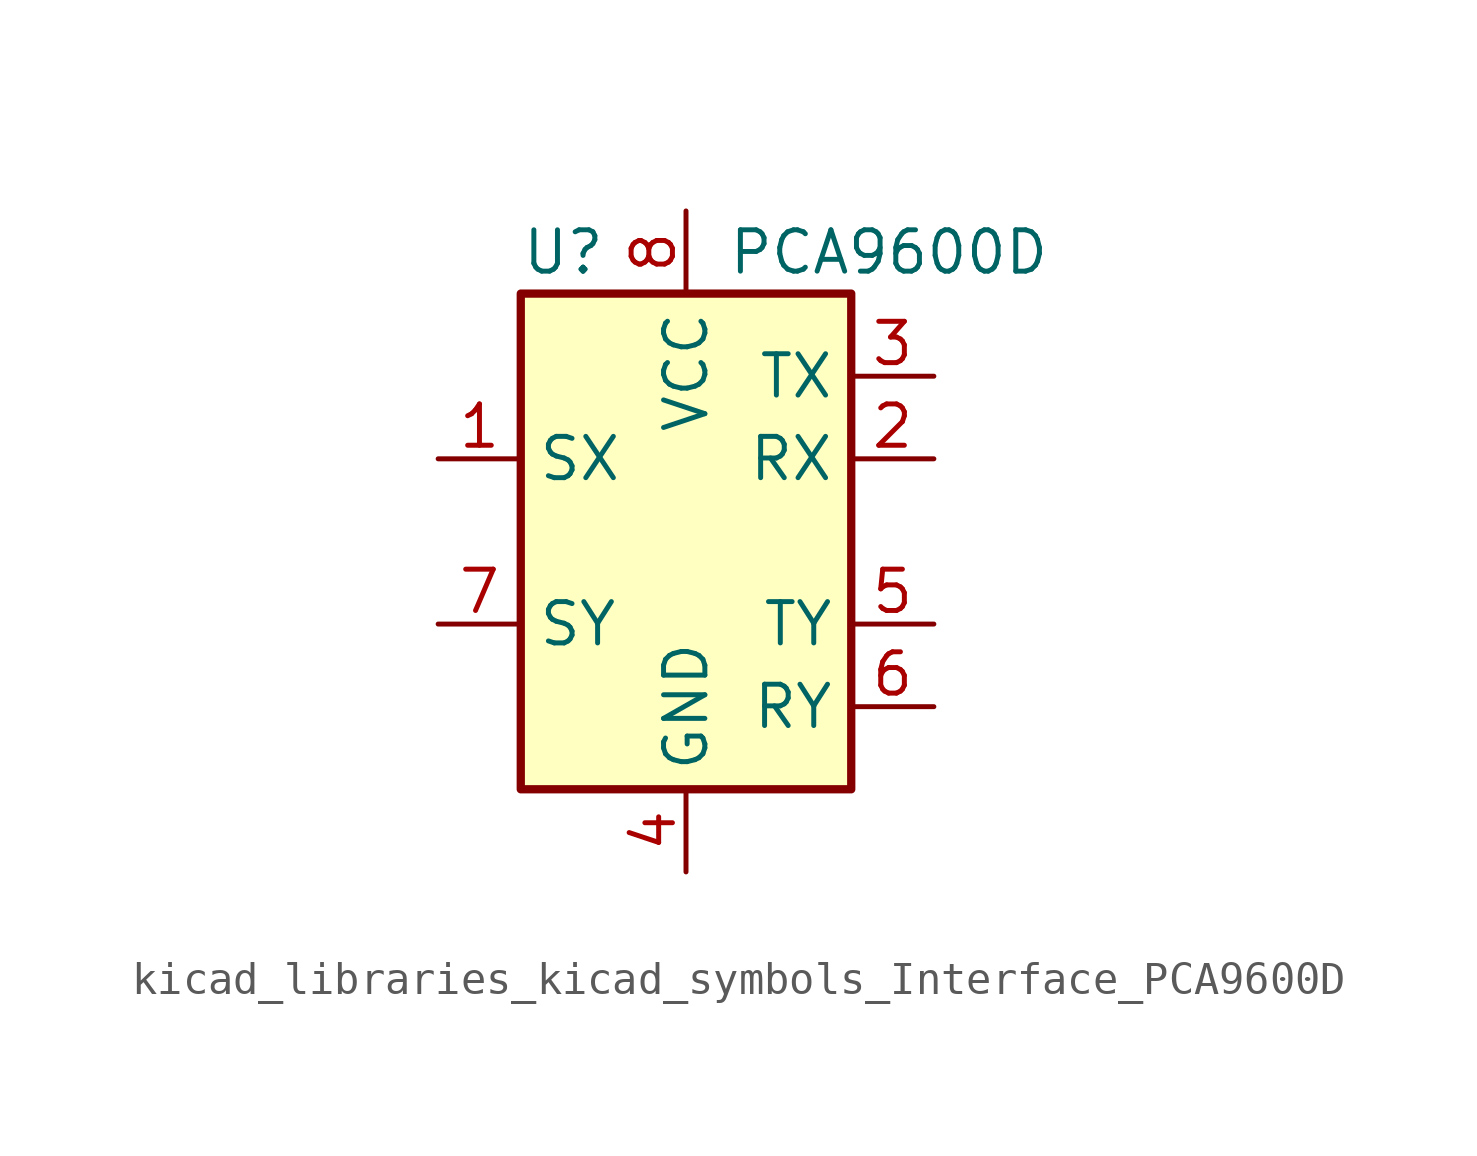
<source format=kicad_sym>
(kicad_symbol_lib
  (version 20220914)
  (generator kicad_symbol_editor)
  (symbol "kicad_libraries_kicad_symbols_Interface_PCA9600D"
    (property "Reference" "U"
      (at -5.08 8.89 0)
      (effects (font (size 1.27 1.27)) (justify left)))
    (property "Value" "PCA9600D"
      (at 1.27 8.89 0)
      (effects (font (size 1.27 1.27)) (justify left)))
    (symbol "kicad_libraries_kicad_symbols_Interface_PCA9600D_0_1"
      (rectangle (start -5.08 7.62) (end 5.08 -7.62) (stroke (width 0.254) (type default)) (fill (type background))))
    (symbol "kicad_libraries_kicad_symbols_Interface_PCA9600D_1_1"
      (pin bidirectional line (at -7.62 2.54 0) (length 2.54) (name "SX" (effects (font (size 1.27 1.27)))) (number "1" (effects (font (size 1.27 1.27)))))
      (pin input line (at 7.62 2.54 180) (length 2.54) (name "RX" (effects (font (size 1.27 1.27)))) (number "2" (effects (font (size 1.27 1.27)))))
      (pin open_collector line (at 7.62 5.08 180) (length 2.54) (name "TX" (effects (font (size 1.27 1.27)))) (number "3" (effects (font (size 1.27 1.27)))))
      (pin power_in line (at 0 -10.16 90) (length 2.54) (name "GND" (effects (font (size 1.27 1.27)))) (number "4" (effects (font (size 1.27 1.27)))))
      (pin open_collector line (at 7.62 -2.54 180) (length 2.54) (name "TY" (effects (font (size 1.27 1.27)))) (number "5" (effects (font (size 1.27 1.27)))))
      (pin input line (at 7.62 -5.08 180) (length 2.54) (name "RY" (effects (font (size 1.27 1.27)))) (number "6" (effects (font (size 1.27 1.27)))))
      (pin bidirectional line (at -7.62 -2.54 0) (length 2.54) (name "SY" (effects (font (size 1.27 1.27)))) (number "7" (effects (font (size 1.27 1.27)))))
      (pin power_in line (at 0 10.16 270) (length 2.54) (name "VCC" (effects (font (size 1.27 1.27)))) (number "8" (effects (font (size 1.27 1.27))))))))
</source>
